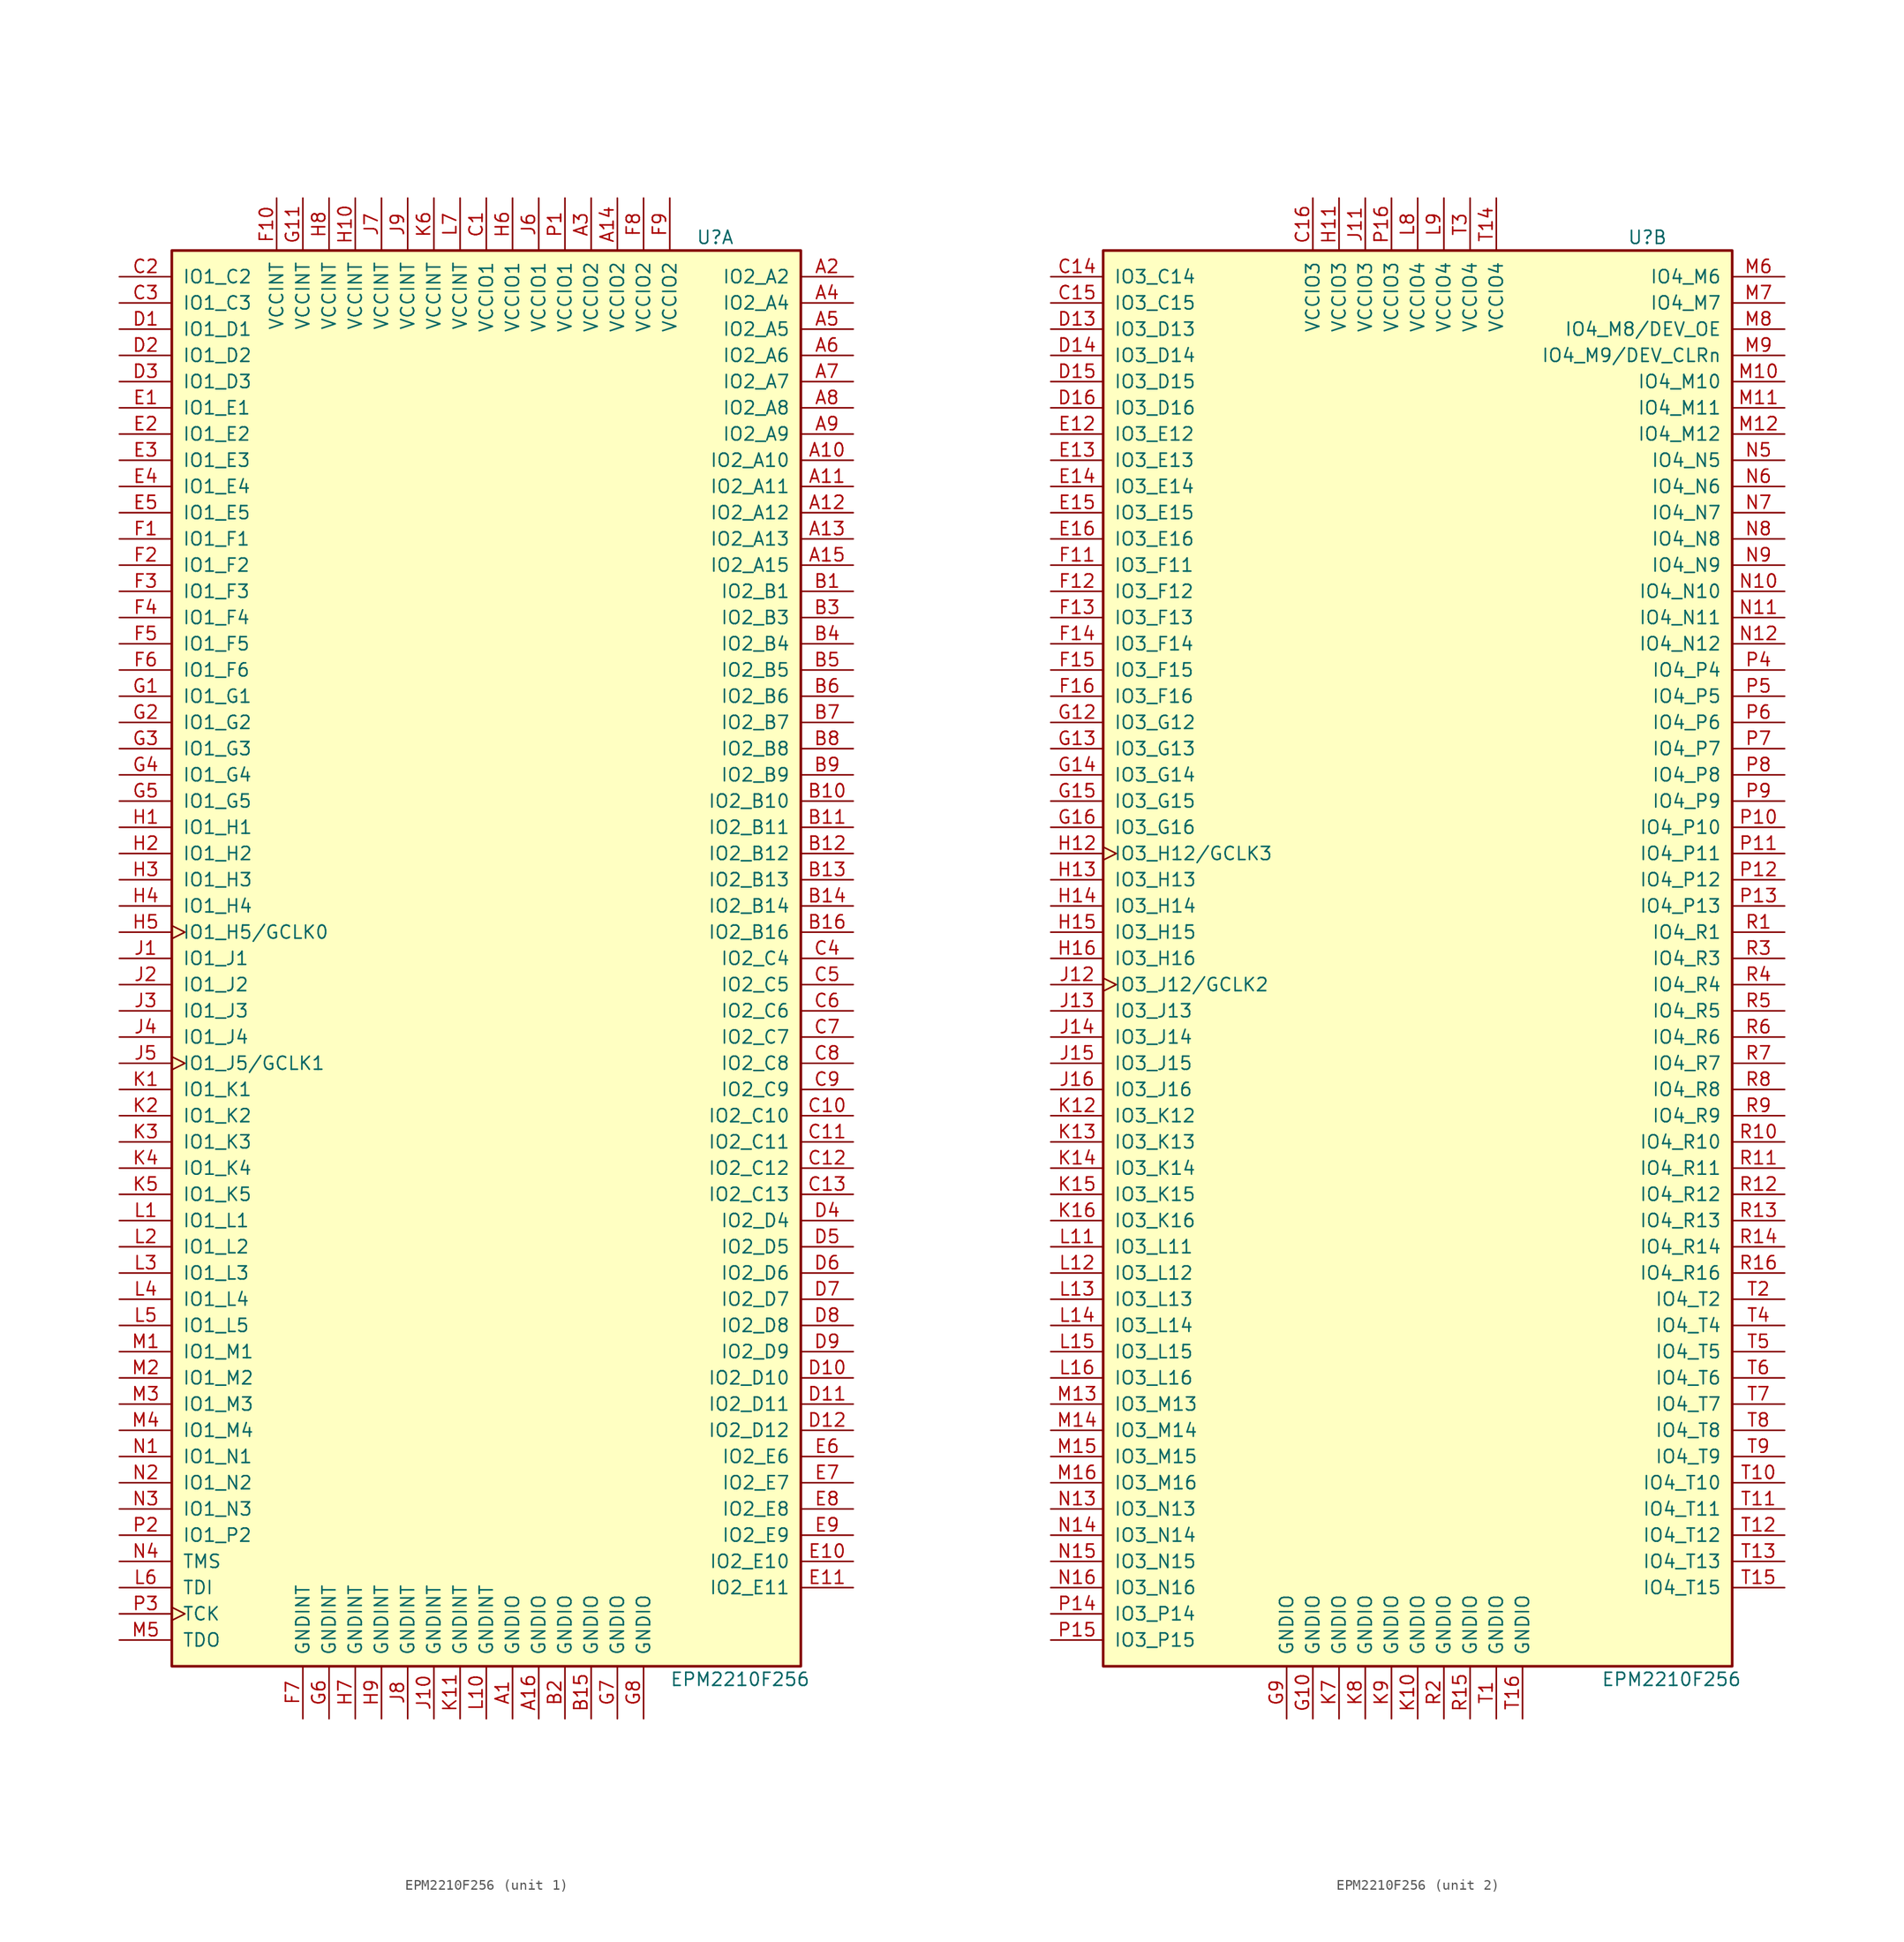
<source format=kicad_sym>
(kicad_symbol_lib
  (version 20241209)
  (generator "kicad_symbol_editor")
  (generator_version "9.0")
  (symbol "EPM2210F256"
    (pin_names
      (offset 1.016))
    (property "Reference" "U"
      (at 20.32 69.85 0)
      (effects (font (size 1.27 1.27)) (justify left)))
    (property "Value" "EPM2210F256"
      (at 17.78 -69.85 0)
      (effects (font (size 1.27 1.27)) (justify left)))
    (property "ki_locked" ""
      (at 0 0 0)
      (effects (font (size 1.27 1.27))))
    (symbol "EPM2210F256_1_1"
      (rectangle (start -30.48 68.58) (end 30.48 -68.58) (stroke (width 0.254) (type default)) (fill (type background)))
      (pin bidirectional line (at -35.56 66.04 0) (length 5.08) (name "IO1_C2" (effects (font (size 1.27 1.27)))) (number "C2" (effects (font (size 1.27 1.27)))))
      (pin bidirectional line (at -35.56 63.5 0) (length 5.08) (name "IO1_C3" (effects (font (size 1.27 1.27)))) (number "C3" (effects (font (size 1.27 1.27)))))
      (pin bidirectional line (at -35.56 60.96 0) (length 5.08) (name "IO1_D1" (effects (font (size 1.27 1.27)))) (number "D1" (effects (font (size 1.27 1.27)))))
      (pin bidirectional line (at -35.56 58.42 0) (length 5.08) (name "IO1_D2" (effects (font (size 1.27 1.27)))) (number "D2" (effects (font (size 1.27 1.27)))))
      (pin bidirectional line (at -35.56 55.88 0) (length 5.08) (name "IO1_D3" (effects (font (size 1.27 1.27)))) (number "D3" (effects (font (size 1.27 1.27)))))
      (pin bidirectional line (at -35.56 53.34 0) (length 5.08) (name "IO1_E1" (effects (font (size 1.27 1.27)))) (number "E1" (effects (font (size 1.27 1.27)))))
      (pin bidirectional line (at -35.56 50.8 0) (length 5.08) (name "IO1_E2" (effects (font (size 1.27 1.27)))) (number "E2" (effects (font (size 1.27 1.27)))))
      (pin bidirectional line (at -35.56 48.26 0) (length 5.08) (name "IO1_E3" (effects (font (size 1.27 1.27)))) (number "E3" (effects (font (size 1.27 1.27)))))
      (pin bidirectional line (at -35.56 45.72 0) (length 5.08) (name "IO1_E4" (effects (font (size 1.27 1.27)))) (number "E4" (effects (font (size 1.27 1.27)))))
      (pin bidirectional line (at -35.56 43.18 0) (length 5.08) (name "IO1_E5" (effects (font (size 1.27 1.27)))) (number "E5" (effects (font (size 1.27 1.27)))))
      (pin bidirectional line (at -35.56 40.64 0) (length 5.08) (name "IO1_F1" (effects (font (size 1.27 1.27)))) (number "F1" (effects (font (size 1.27 1.27)))))
      (pin bidirectional line (at -35.56 38.1 0) (length 5.08) (name "IO1_F2" (effects (font (size 1.27 1.27)))) (number "F2" (effects (font (size 1.27 1.27)))))
      (pin bidirectional line (at -35.56 35.56 0) (length 5.08) (name "IO1_F3" (effects (font (size 1.27 1.27)))) (number "F3" (effects (font (size 1.27 1.27)))))
      (pin bidirectional line (at -35.56 33.02 0) (length 5.08) (name "IO1_F4" (effects (font (size 1.27 1.27)))) (number "F4" (effects (font (size 1.27 1.27)))))
      (pin bidirectional line (at -35.56 30.48 0) (length 5.08) (name "IO1_F5" (effects (font (size 1.27 1.27)))) (number "F5" (effects (font (size 1.27 1.27)))))
      (pin bidirectional line (at -35.56 27.94 0) (length 5.08) (name "IO1_F6" (effects (font (size 1.27 1.27)))) (number "F6" (effects (font (size 1.27 1.27)))))
      (pin bidirectional line (at -35.56 25.4 0) (length 5.08) (name "IO1_G1" (effects (font (size 1.27 1.27)))) (number "G1" (effects (font (size 1.27 1.27)))))
      (pin bidirectional line (at -35.56 22.86 0) (length 5.08) (name "IO1_G2" (effects (font (size 1.27 1.27)))) (number "G2" (effects (font (size 1.27 1.27)))))
      (pin bidirectional line (at -35.56 20.32 0) (length 5.08) (name "IO1_G3" (effects (font (size 1.27 1.27)))) (number "G3" (effects (font (size 1.27 1.27)))))
      (pin bidirectional line (at -35.56 17.78 0) (length 5.08) (name "IO1_G4" (effects (font (size 1.27 1.27)))) (number "G4" (effects (font (size 1.27 1.27)))))
      (pin bidirectional line (at -35.56 15.24 0) (length 5.08) (name "IO1_G5" (effects (font (size 1.27 1.27)))) (number "G5" (effects (font (size 1.27 1.27)))))
      (pin bidirectional line (at -35.56 12.7 0) (length 5.08) (name "IO1_H1" (effects (font (size 1.27 1.27)))) (number "H1" (effects (font (size 1.27 1.27)))))
      (pin bidirectional line (at -35.56 10.16 0) (length 5.08) (name "IO1_H2" (effects (font (size 1.27 1.27)))) (number "H2" (effects (font (size 1.27 1.27)))))
      (pin bidirectional line (at -35.56 7.62 0) (length 5.08) (name "IO1_H3" (effects (font (size 1.27 1.27)))) (number "H3" (effects (font (size 1.27 1.27)))))
      (pin bidirectional line (at -35.56 5.08 0) (length 5.08) (name "IO1_H4" (effects (font (size 1.27 1.27)))) (number "H4" (effects (font (size 1.27 1.27)))))
      (pin bidirectional clock (at -35.56 2.54 0) (length 5.08) (name "IO1_H5/GCLK0" (effects (font (size 1.27 1.27)))) (number "H5" (effects (font (size 1.27 1.27)))))
      (pin bidirectional line (at -35.56 0 0) (length 5.08) (name "IO1_J1" (effects (font (size 1.27 1.27)))) (number "J1" (effects (font (size 1.27 1.27)))))
      (pin bidirectional line (at -35.56 -2.54 0) (length 5.08) (name "IO1_J2" (effects (font (size 1.27 1.27)))) (number "J2" (effects (font (size 1.27 1.27)))))
      (pin bidirectional line (at -35.56 -5.08 0) (length 5.08) (name "IO1_J3" (effects (font (size 1.27 1.27)))) (number "J3" (effects (font (size 1.27 1.27)))))
      (pin bidirectional line (at -35.56 -7.62 0) (length 5.08) (name "IO1_J4" (effects (font (size 1.27 1.27)))) (number "J4" (effects (font (size 1.27 1.27)))))
      (pin bidirectional clock (at -35.56 -10.16 0) (length 5.08) (name "IO1_J5/GCLK1" (effects (font (size 1.27 1.27)))) (number "J5" (effects (font (size 1.27 1.27)))))
      (pin bidirectional line (at -35.56 -12.7 0) (length 5.08) (name "IO1_K1" (effects (font (size 1.27 1.27)))) (number "K1" (effects (font (size 1.27 1.27)))))
      (pin bidirectional line (at -35.56 -15.24 0) (length 5.08) (name "IO1_K2" (effects (font (size 1.27 1.27)))) (number "K2" (effects (font (size 1.27 1.27)))))
      (pin bidirectional line (at -35.56 -17.78 0) (length 5.08) (name "IO1_K3" (effects (font (size 1.27 1.27)))) (number "K3" (effects (font (size 1.27 1.27)))))
      (pin bidirectional line (at -35.56 -20.32 0) (length 5.08) (name "IO1_K4" (effects (font (size 1.27 1.27)))) (number "K4" (effects (font (size 1.27 1.27)))))
      (pin bidirectional line (at -35.56 -22.86 0) (length 5.08) (name "IO1_K5" (effects (font (size 1.27 1.27)))) (number "K5" (effects (font (size 1.27 1.27)))))
      (pin bidirectional line (at -35.56 -25.4 0) (length 5.08) (name "IO1_L1" (effects (font (size 1.27 1.27)))) (number "L1" (effects (font (size 1.27 1.27)))))
      (pin bidirectional line (at -35.56 -27.94 0) (length 5.08) (name "IO1_L2" (effects (font (size 1.27 1.27)))) (number "L2" (effects (font (size 1.27 1.27)))))
      (pin bidirectional line (at -35.56 -30.48 0) (length 5.08) (name "IO1_L3" (effects (font (size 1.27 1.27)))) (number "L3" (effects (font (size 1.27 1.27)))))
      (pin bidirectional line (at -35.56 -33.02 0) (length 5.08) (name "IO1_L4" (effects (font (size 1.27 1.27)))) (number "L4" (effects (font (size 1.27 1.27)))))
      (pin bidirectional line (at -35.56 -35.56 0) (length 5.08) (name "IO1_L5" (effects (font (size 1.27 1.27)))) (number "L5" (effects (font (size 1.27 1.27)))))
      (pin bidirectional line (at -35.56 -38.1 0) (length 5.08) (name "IO1_M1" (effects (font (size 1.27 1.27)))) (number "M1" (effects (font (size 1.27 1.27)))))
      (pin bidirectional line (at -35.56 -40.64 0) (length 5.08) (name "IO1_M2" (effects (font (size 1.27 1.27)))) (number "M2" (effects (font (size 1.27 1.27)))))
      (pin bidirectional line (at -35.56 -43.18 0) (length 5.08) (name "IO1_M3" (effects (font (size 1.27 1.27)))) (number "M3" (effects (font (size 1.27 1.27)))))
      (pin bidirectional line (at -35.56 -45.72 0) (length 5.08) (name "IO1_M4" (effects (font (size 1.27 1.27)))) (number "M4" (effects (font (size 1.27 1.27)))))
      (pin bidirectional line (at -35.56 -48.26 0) (length 5.08) (name "IO1_N1" (effects (font (size 1.27 1.27)))) (number "N1" (effects (font (size 1.27 1.27)))))
      (pin bidirectional line (at -35.56 -50.8 0) (length 5.08) (name "IO1_N2" (effects (font (size 1.27 1.27)))) (number "N2" (effects (font (size 1.27 1.27)))))
      (pin bidirectional line (at -35.56 -53.34 0) (length 5.08) (name "IO1_N3" (effects (font (size 1.27 1.27)))) (number "N3" (effects (font (size 1.27 1.27)))))
      (pin bidirectional line (at -35.56 -55.88 0) (length 5.08) (name "IO1_P2" (effects (font (size 1.27 1.27)))) (number "P2" (effects (font (size 1.27 1.27)))))
      (pin input line (at -35.56 -58.42 0) (length 5.08) (name "TMS" (effects (font (size 1.27 1.27)))) (number "N4" (effects (font (size 1.27 1.27)))))
      (pin input line (at -35.56 -60.96 0) (length 5.08) (name "TDI" (effects (font (size 1.27 1.27)))) (number "L6" (effects (font (size 1.27 1.27)))))
      (pin input clock (at -35.56 -63.5 0) (length 5.08) (name "TCK" (effects (font (size 1.27 1.27)))) (number "P3" (effects (font (size 1.27 1.27)))))
      (pin output line (at -35.56 -66.04 0) (length 5.08) (name "TDO" (effects (font (size 1.27 1.27)))) (number "M5" (effects (font (size 1.27 1.27)))))
      (pin power_in line (at -20.32 73.66 270) (length 5.08) (name "VCCINT" (effects (font (size 1.27 1.27)))) (number "F10" (effects (font (size 1.27 1.27)))))
      (pin power_in line (at -17.78 73.66 270) (length 5.08) (name "VCCINT" (effects (font (size 1.27 1.27)))) (number "G11" (effects (font (size 1.27 1.27)))))
      (pin power_in line (at -17.78 -73.66 90) (length 5.08) (name "GNDINT" (effects (font (size 1.27 1.27)))) (number "F7" (effects (font (size 1.27 1.27)))))
      (pin power_in line (at -15.24 73.66 270) (length 5.08) (name "VCCINT" (effects (font (size 1.27 1.27)))) (number "H8" (effects (font (size 1.27 1.27)))))
      (pin power_in line (at -15.24 -73.66 90) (length 5.08) (name "GNDINT" (effects (font (size 1.27 1.27)))) (number "G6" (effects (font (size 1.27 1.27)))))
      (pin power_in line (at -12.7 73.66 270) (length 5.08) (name "VCCINT" (effects (font (size 1.27 1.27)))) (number "H10" (effects (font (size 1.27 1.27)))))
      (pin power_in line (at -12.7 -73.66 90) (length 5.08) (name "GNDINT" (effects (font (size 1.27 1.27)))) (number "H7" (effects (font (size 1.27 1.27)))))
      (pin power_in line (at -10.16 73.66 270) (length 5.08) (name "VCCINT" (effects (font (size 1.27 1.27)))) (number "J7" (effects (font (size 1.27 1.27)))))
      (pin power_in line (at -10.16 -73.66 90) (length 5.08) (name "GNDINT" (effects (font (size 1.27 1.27)))) (number "H9" (effects (font (size 1.27 1.27)))))
      (pin power_in line (at -7.62 73.66 270) (length 5.08) (name "VCCINT" (effects (font (size 1.27 1.27)))) (number "J9" (effects (font (size 1.27 1.27)))))
      (pin power_in line (at -7.62 -73.66 90) (length 5.08) (name "GNDINT" (effects (font (size 1.27 1.27)))) (number "J8" (effects (font (size 1.27 1.27)))))
      (pin power_in line (at -5.08 73.66 270) (length 5.08) (name "VCCINT" (effects (font (size 1.27 1.27)))) (number "K6" (effects (font (size 1.27 1.27)))))
      (pin power_in line (at -5.08 -73.66 90) (length 5.08) (name "GNDINT" (effects (font (size 1.27 1.27)))) (number "J10" (effects (font (size 1.27 1.27)))))
      (pin power_in line (at -2.54 73.66 270) (length 5.08) (name "VCCINT" (effects (font (size 1.27 1.27)))) (number "L7" (effects (font (size 1.27 1.27)))))
      (pin power_in line (at -2.54 -73.66 90) (length 5.08) (name "GNDINT" (effects (font (size 1.27 1.27)))) (number "K11" (effects (font (size 1.27 1.27)))))
      (pin power_in line (at 0 73.66 270) (length 5.08) (name "VCCIO1" (effects (font (size 1.27 1.27)))) (number "C1" (effects (font (size 1.27 1.27)))))
      (pin power_in line (at 0 -73.66 90) (length 5.08) (name "GNDINT" (effects (font (size 1.27 1.27)))) (number "L10" (effects (font (size 1.27 1.27)))))
      (pin power_in line (at 2.54 73.66 270) (length 5.08) (name "VCCIO1" (effects (font (size 1.27 1.27)))) (number "H6" (effects (font (size 1.27 1.27)))))
      (pin power_in line (at 2.54 -73.66 90) (length 5.08) (name "GNDIO" (effects (font (size 1.27 1.27)))) (number "A1" (effects (font (size 1.27 1.27)))))
      (pin power_in line (at 5.08 73.66 270) (length 5.08) (name "VCCIO1" (effects (font (size 1.27 1.27)))) (number "J6" (effects (font (size 1.27 1.27)))))
      (pin power_in line (at 5.08 -73.66 90) (length 5.08) (name "GNDIO" (effects (font (size 1.27 1.27)))) (number "A16" (effects (font (size 1.27 1.27)))))
      (pin power_in line (at 7.62 73.66 270) (length 5.08) (name "VCCIO1" (effects (font (size 1.27 1.27)))) (number "P1" (effects (font (size 1.27 1.27)))))
      (pin power_in line (at 7.62 -73.66 90) (length 5.08) (name "GNDIO" (effects (font (size 1.27 1.27)))) (number "B2" (effects (font (size 1.27 1.27)))))
      (pin power_in line (at 10.16 73.66 270) (length 5.08) (name "VCCIO2" (effects (font (size 1.27 1.27)))) (number "A3" (effects (font (size 1.27 1.27)))))
      (pin power_in line (at 10.16 -73.66 90) (length 5.08) (name "GNDIO" (effects (font (size 1.27 1.27)))) (number "B15" (effects (font (size 1.27 1.27)))))
      (pin power_in line (at 12.7 73.66 270) (length 5.08) (name "VCCIO2" (effects (font (size 1.27 1.27)))) (number "A14" (effects (font (size 1.27 1.27)))))
      (pin power_in line (at 12.7 -73.66 90) (length 5.08) (name "GNDIO" (effects (font (size 1.27 1.27)))) (number "G7" (effects (font (size 1.27 1.27)))))
      (pin power_in line (at 15.24 73.66 270) (length 5.08) (name "VCCIO2" (effects (font (size 1.27 1.27)))) (number "F8" (effects (font (size 1.27 1.27)))))
      (pin power_in line (at 15.24 -73.66 90) (length 5.08) (name "GNDIO" (effects (font (size 1.27 1.27)))) (number "G8" (effects (font (size 1.27 1.27)))))
      (pin power_in line (at 17.78 73.66 270) (length 5.08) (name "VCCIO2" (effects (font (size 1.27 1.27)))) (number "F9" (effects (font (size 1.27 1.27)))))
      (pin bidirectional line (at 35.56 66.04 180) (length 5.08) (name "IO2_A2" (effects (font (size 1.27 1.27)))) (number "A2" (effects (font (size 1.27 1.27)))))
      (pin bidirectional line (at 35.56 63.5 180) (length 5.08) (name "IO2_A4" (effects (font (size 1.27 1.27)))) (number "A4" (effects (font (size 1.27 1.27)))))
      (pin bidirectional line (at 35.56 60.96 180) (length 5.08) (name "IO2_A5" (effects (font (size 1.27 1.27)))) (number "A5" (effects (font (size 1.27 1.27)))))
      (pin bidirectional line (at 35.56 58.42 180) (length 5.08) (name "IO2_A6" (effects (font (size 1.27 1.27)))) (number "A6" (effects (font (size 1.27 1.27)))))
      (pin bidirectional line (at 35.56 55.88 180) (length 5.08) (name "IO2_A7" (effects (font (size 1.27 1.27)))) (number "A7" (effects (font (size 1.27 1.27)))))
      (pin bidirectional line (at 35.56 53.34 180) (length 5.08) (name "IO2_A8" (effects (font (size 1.27 1.27)))) (number "A8" (effects (font (size 1.27 1.27)))))
      (pin bidirectional line (at 35.56 50.8 180) (length 5.08) (name "IO2_A9" (effects (font (size 1.27 1.27)))) (number "A9" (effects (font (size 1.27 1.27)))))
      (pin bidirectional line (at 35.56 48.26 180) (length 5.08) (name "IO2_A10" (effects (font (size 1.27 1.27)))) (number "A10" (effects (font (size 1.27 1.27)))))
      (pin bidirectional line (at 35.56 45.72 180) (length 5.08) (name "IO2_A11" (effects (font (size 1.27 1.27)))) (number "A11" (effects (font (size 1.27 1.27)))))
      (pin bidirectional line (at 35.56 43.18 180) (length 5.08) (name "IO2_A12" (effects (font (size 1.27 1.27)))) (number "A12" (effects (font (size 1.27 1.27)))))
      (pin bidirectional line (at 35.56 40.64 180) (length 5.08) (name "IO2_A13" (effects (font (size 1.27 1.27)))) (number "A13" (effects (font (size 1.27 1.27)))))
      (pin bidirectional line (at 35.56 38.1 180) (length 5.08) (name "IO2_A15" (effects (font (size 1.27 1.27)))) (number "A15" (effects (font (size 1.27 1.27)))))
      (pin bidirectional line (at 35.56 35.56 180) (length 5.08) (name "IO2_B1" (effects (font (size 1.27 1.27)))) (number "B1" (effects (font (size 1.27 1.27)))))
      (pin bidirectional line (at 35.56 33.02 180) (length 5.08) (name "IO2_B3" (effects (font (size 1.27 1.27)))) (number "B3" (effects (font (size 1.27 1.27)))))
      (pin bidirectional line (at 35.56 30.48 180) (length 5.08) (name "IO2_B4" (effects (font (size 1.27 1.27)))) (number "B4" (effects (font (size 1.27 1.27)))))
      (pin bidirectional line (at 35.56 27.94 180) (length 5.08) (name "IO2_B5" (effects (font (size 1.27 1.27)))) (number "B5" (effects (font (size 1.27 1.27)))))
      (pin bidirectional line (at 35.56 25.4 180) (length 5.08) (name "IO2_B6" (effects (font (size 1.27 1.27)))) (number "B6" (effects (font (size 1.27 1.27)))))
      (pin bidirectional line (at 35.56 22.86 180) (length 5.08) (name "IO2_B7" (effects (font (size 1.27 1.27)))) (number "B7" (effects (font (size 1.27 1.27)))))
      (pin bidirectional line (at 35.56 20.32 180) (length 5.08) (name "IO2_B8" (effects (font (size 1.27 1.27)))) (number "B8" (effects (font (size 1.27 1.27)))))
      (pin bidirectional line (at 35.56 17.78 180) (length 5.08) (name "IO2_B9" (effects (font (size 1.27 1.27)))) (number "B9" (effects (font (size 1.27 1.27)))))
      (pin bidirectional line (at 35.56 15.24 180) (length 5.08) (name "IO2_B10" (effects (font (size 1.27 1.27)))) (number "B10" (effects (font (size 1.27 1.27)))))
      (pin bidirectional line (at 35.56 12.7 180) (length 5.08) (name "IO2_B11" (effects (font (size 1.27 1.27)))) (number "B11" (effects (font (size 1.27 1.27)))))
      (pin bidirectional line (at 35.56 10.16 180) (length 5.08) (name "IO2_B12" (effects (font (size 1.27 1.27)))) (number "B12" (effects (font (size 1.27 1.27)))))
      (pin bidirectional line (at 35.56 7.62 180) (length 5.08) (name "IO2_B13" (effects (font (size 1.27 1.27)))) (number "B13" (effects (font (size 1.27 1.27)))))
      (pin bidirectional line (at 35.56 5.08 180) (length 5.08) (name "IO2_B14" (effects (font (size 1.27 1.27)))) (number "B14" (effects (font (size 1.27 1.27)))))
      (pin bidirectional line (at 35.56 2.54 180) (length 5.08) (name "IO2_B16" (effects (font (size 1.27 1.27)))) (number "B16" (effects (font (size 1.27 1.27)))))
      (pin bidirectional line (at 35.56 0 180) (length 5.08) (name "IO2_C4" (effects (font (size 1.27 1.27)))) (number "C4" (effects (font (size 1.27 1.27)))))
      (pin bidirectional line (at 35.56 -2.54 180) (length 5.08) (name "IO2_C5" (effects (font (size 1.27 1.27)))) (number "C5" (effects (font (size 1.27 1.27)))))
      (pin bidirectional line (at 35.56 -5.08 180) (length 5.08) (name "IO2_C6" (effects (font (size 1.27 1.27)))) (number "C6" (effects (font (size 1.27 1.27)))))
      (pin bidirectional line (at 35.56 -7.62 180) (length 5.08) (name "IO2_C7" (effects (font (size 1.27 1.27)))) (number "C7" (effects (font (size 1.27 1.27)))))
      (pin bidirectional line (at 35.56 -10.16 180) (length 5.08) (name "IO2_C8" (effects (font (size 1.27 1.27)))) (number "C8" (effects (font (size 1.27 1.27)))))
      (pin bidirectional line (at 35.56 -12.7 180) (length 5.08) (name "IO2_C9" (effects (font (size 1.27 1.27)))) (number "C9" (effects (font (size 1.27 1.27)))))
      (pin bidirectional line (at 35.56 -15.24 180) (length 5.08) (name "IO2_C10" (effects (font (size 1.27 1.27)))) (number "C10" (effects (font (size 1.27 1.27)))))
      (pin bidirectional line (at 35.56 -17.78 180) (length 5.08) (name "IO2_C11" (effects (font (size 1.27 1.27)))) (number "C11" (effects (font (size 1.27 1.27)))))
      (pin bidirectional line (at 35.56 -20.32 180) (length 5.08) (name "IO2_C12" (effects (font (size 1.27 1.27)))) (number "C12" (effects (font (size 1.27 1.27)))))
      (pin bidirectional line (at 35.56 -22.86 180) (length 5.08) (name "IO2_C13" (effects (font (size 1.27 1.27)))) (number "C13" (effects (font (size 1.27 1.27)))))
      (pin bidirectional line (at 35.56 -25.4 180) (length 5.08) (name "IO2_D4" (effects (font (size 1.27 1.27)))) (number "D4" (effects (font (size 1.27 1.27)))))
      (pin bidirectional line (at 35.56 -27.94 180) (length 5.08) (name "IO2_D5" (effects (font (size 1.27 1.27)))) (number "D5" (effects (font (size 1.27 1.27)))))
      (pin bidirectional line (at 35.56 -30.48 180) (length 5.08) (name "IO2_D6" (effects (font (size 1.27 1.27)))) (number "D6" (effects (font (size 1.27 1.27)))))
      (pin bidirectional line (at 35.56 -33.02 180) (length 5.08) (name "IO2_D7" (effects (font (size 1.27 1.27)))) (number "D7" (effects (font (size 1.27 1.27)))))
      (pin bidirectional line (at 35.56 -35.56 180) (length 5.08) (name "IO2_D8" (effects (font (size 1.27 1.27)))) (number "D8" (effects (font (size 1.27 1.27)))))
      (pin bidirectional line (at 35.56 -38.1 180) (length 5.08) (name "IO2_D9" (effects (font (size 1.27 1.27)))) (number "D9" (effects (font (size 1.27 1.27)))))
      (pin bidirectional line (at 35.56 -40.64 180) (length 5.08) (name "IO2_D10" (effects (font (size 1.27 1.27)))) (number "D10" (effects (font (size 1.27 1.27)))))
      (pin bidirectional line (at 35.56 -43.18 180) (length 5.08) (name "IO2_D11" (effects (font (size 1.27 1.27)))) (number "D11" (effects (font (size 1.27 1.27)))))
      (pin bidirectional line (at 35.56 -45.72 180) (length 5.08) (name "IO2_D12" (effects (font (size 1.27 1.27)))) (number "D12" (effects (font (size 1.27 1.27)))))
      (pin bidirectional line (at 35.56 -48.26 180) (length 5.08) (name "IO2_E6" (effects (font (size 1.27 1.27)))) (number "E6" (effects (font (size 1.27 1.27)))))
      (pin bidirectional line (at 35.56 -50.8 180) (length 5.08) (name "IO2_E7" (effects (font (size 1.27 1.27)))) (number "E7" (effects (font (size 1.27 1.27)))))
      (pin bidirectional line (at 35.56 -53.34 180) (length 5.08) (name "IO2_E8" (effects (font (size 1.27 1.27)))) (number "E8" (effects (font (size 1.27 1.27)))))
      (pin bidirectional line (at 35.56 -55.88 180) (length 5.08) (name "IO2_E9" (effects (font (size 1.27 1.27)))) (number "E9" (effects (font (size 1.27 1.27)))))
      (pin bidirectional line (at 35.56 -58.42 180) (length 5.08) (name "IO2_E10" (effects (font (size 1.27 1.27)))) (number "E10" (effects (font (size 1.27 1.27)))))
      (pin bidirectional line (at 35.56 -60.96 180) (length 5.08) (name "IO2_E11" (effects (font (size 1.27 1.27)))) (number "E11" (effects (font (size 1.27 1.27))))))
    (symbol "EPM2210F256_2_1"
      (rectangle (start -30.48 68.58) (end 30.48 -68.58) (stroke (width 0.254) (type default)) (fill (type background)))
      (pin bidirectional line (at -35.56 66.04 0) (length 5.08) (name "IO3_C14" (effects (font (size 1.27 1.27)))) (number "C14" (effects (font (size 1.27 1.27)))))
      (pin bidirectional line (at -35.56 63.5 0) (length 5.08) (name "IO3_C15" (effects (font (size 1.27 1.27)))) (number "C15" (effects (font (size 1.27 1.27)))))
      (pin bidirectional line (at -35.56 60.96 0) (length 5.08) (name "IO3_D13" (effects (font (size 1.27 1.27)))) (number "D13" (effects (font (size 1.27 1.27)))))
      (pin bidirectional line (at -35.56 58.42 0) (length 5.08) (name "IO3_D14" (effects (font (size 1.27 1.27)))) (number "D14" (effects (font (size 1.27 1.27)))))
      (pin bidirectional line (at -35.56 55.88 0) (length 5.08) (name "IO3_D15" (effects (font (size 1.27 1.27)))) (number "D15" (effects (font (size 1.27 1.27)))))
      (pin bidirectional line (at -35.56 53.34 0) (length 5.08) (name "IO3_D16" (effects (font (size 1.27 1.27)))) (number "D16" (effects (font (size 1.27 1.27)))))
      (pin bidirectional line (at -35.56 50.8 0) (length 5.08) (name "IO3_E12" (effects (font (size 1.27 1.27)))) (number "E12" (effects (font (size 1.27 1.27)))))
      (pin bidirectional line (at -35.56 48.26 0) (length 5.08) (name "IO3_E13" (effects (font (size 1.27 1.27)))) (number "E13" (effects (font (size 1.27 1.27)))))
      (pin bidirectional line (at -35.56 45.72 0) (length 5.08) (name "IO3_E14" (effects (font (size 1.27 1.27)))) (number "E14" (effects (font (size 1.27 1.27)))))
      (pin bidirectional line (at -35.56 43.18 0) (length 5.08) (name "IO3_E15" (effects (font (size 1.27 1.27)))) (number "E15" (effects (font (size 1.27 1.27)))))
      (pin bidirectional line (at -35.56 40.64 0) (length 5.08) (name "IO3_E16" (effects (font (size 1.27 1.27)))) (number "E16" (effects (font (size 1.27 1.27)))))
      (pin bidirectional line (at -35.56 38.1 0) (length 5.08) (name "IO3_F11" (effects (font (size 1.27 1.27)))) (number "F11" (effects (font (size 1.27 1.27)))))
      (pin bidirectional line (at -35.56 35.56 0) (length 5.08) (name "IO3_F12" (effects (font (size 1.27 1.27)))) (number "F12" (effects (font (size 1.27 1.27)))))
      (pin bidirectional line (at -35.56 33.02 0) (length 5.08) (name "IO3_F13" (effects (font (size 1.27 1.27)))) (number "F13" (effects (font (size 1.27 1.27)))))
      (pin bidirectional line (at -35.56 30.48 0) (length 5.08) (name "IO3_F14" (effects (font (size 1.27 1.27)))) (number "F14" (effects (font (size 1.27 1.27)))))
      (pin bidirectional line (at -35.56 27.94 0) (length 5.08) (name "IO3_F15" (effects (font (size 1.27 1.27)))) (number "F15" (effects (font (size 1.27 1.27)))))
      (pin bidirectional line (at -35.56 25.4 0) (length 5.08) (name "IO3_F16" (effects (font (size 1.27 1.27)))) (number "F16" (effects (font (size 1.27 1.27)))))
      (pin bidirectional line (at -35.56 22.86 0) (length 5.08) (name "IO3_G12" (effects (font (size 1.27 1.27)))) (number "G12" (effects (font (size 1.27 1.27)))))
      (pin bidirectional line (at -35.56 20.32 0) (length 5.08) (name "IO3_G13" (effects (font (size 1.27 1.27)))) (number "G13" (effects (font (size 1.27 1.27)))))
      (pin bidirectional line (at -35.56 17.78 0) (length 5.08) (name "IO3_G14" (effects (font (size 1.27 1.27)))) (number "G14" (effects (font (size 1.27 1.27)))))
      (pin bidirectional line (at -35.56 15.24 0) (length 5.08) (name "IO3_G15" (effects (font (size 1.27 1.27)))) (number "G15" (effects (font (size 1.27 1.27)))))
      (pin bidirectional line (at -35.56 12.7 0) (length 5.08) (name "IO3_G16" (effects (font (size 1.27 1.27)))) (number "G16" (effects (font (size 1.27 1.27)))))
      (pin bidirectional clock (at -35.56 10.16 0) (length 5.08) (name "IO3_H12/GCLK3" (effects (font (size 1.27 1.27)))) (number "H12" (effects (font (size 1.27 1.27)))))
      (pin bidirectional line (at -35.56 7.62 0) (length 5.08) (name "IO3_H13" (effects (font (size 1.27 1.27)))) (number "H13" (effects (font (size 1.27 1.27)))))
      (pin bidirectional line (at -35.56 5.08 0) (length 5.08) (name "IO3_H14" (effects (font (size 1.27 1.27)))) (number "H14" (effects (font (size 1.27 1.27)))))
      (pin bidirectional line (at -35.56 2.54 0) (length 5.08) (name "IO3_H15" (effects (font (size 1.27 1.27)))) (number "H15" (effects (font (size 1.27 1.27)))))
      (pin bidirectional line (at -35.56 0 0) (length 5.08) (name "IO3_H16" (effects (font (size 1.27 1.27)))) (number "H16" (effects (font (size 1.27 1.27)))))
      (pin bidirectional clock (at -35.56 -2.54 0) (length 5.08) (name "IO3_J12/GCLK2" (effects (font (size 1.27 1.27)))) (number "J12" (effects (font (size 1.27 1.27)))))
      (pin bidirectional line (at -35.56 -5.08 0) (length 5.08) (name "IO3_J13" (effects (font (size 1.27 1.27)))) (number "J13" (effects (font (size 1.27 1.27)))))
      (pin bidirectional line (at -35.56 -7.62 0) (length 5.08) (name "IO3_J14" (effects (font (size 1.27 1.27)))) (number "J14" (effects (font (size 1.27 1.27)))))
      (pin bidirectional line (at -35.56 -10.16 0) (length 5.08) (name "IO3_J15" (effects (font (size 1.27 1.27)))) (number "J15" (effects (font (size 1.27 1.27)))))
      (pin bidirectional line (at -35.56 -12.7 0) (length 5.08) (name "IO3_J16" (effects (font (size 1.27 1.27)))) (number "J16" (effects (font (size 1.27 1.27)))))
      (pin bidirectional line (at -35.56 -15.24 0) (length 5.08) (name "IO3_K12" (effects (font (size 1.27 1.27)))) (number "K12" (effects (font (size 1.27 1.27)))))
      (pin bidirectional line (at -35.56 -17.78 0) (length 5.08) (name "IO3_K13" (effects (font (size 1.27 1.27)))) (number "K13" (effects (font (size 1.27 1.27)))))
      (pin bidirectional line (at -35.56 -20.32 0) (length 5.08) (name "IO3_K14" (effects (font (size 1.27 1.27)))) (number "K14" (effects (font (size 1.27 1.27)))))
      (pin bidirectional line (at -35.56 -22.86 0) (length 5.08) (name "IO3_K15" (effects (font (size 1.27 1.27)))) (number "K15" (effects (font (size 1.27 1.27)))))
      (pin bidirectional line (at -35.56 -25.4 0) (length 5.08) (name "IO3_K16" (effects (font (size 1.27 1.27)))) (number "K16" (effects (font (size 1.27 1.27)))))
      (pin bidirectional line (at -35.56 -27.94 0) (length 5.08) (name "IO3_L11" (effects (font (size 1.27 1.27)))) (number "L11" (effects (font (size 1.27 1.27)))))
      (pin bidirectional line (at -35.56 -30.48 0) (length 5.08) (name "IO3_L12" (effects (font (size 1.27 1.27)))) (number "L12" (effects (font (size 1.27 1.27)))))
      (pin bidirectional line (at -35.56 -33.02 0) (length 5.08) (name "IO3_L13" (effects (font (size 1.27 1.27)))) (number "L13" (effects (font (size 1.27 1.27)))))
      (pin bidirectional line (at -35.56 -35.56 0) (length 5.08) (name "IO3_L14" (effects (font (size 1.27 1.27)))) (number "L14" (effects (font (size 1.27 1.27)))))
      (pin bidirectional line (at -35.56 -38.1 0) (length 5.08) (name "IO3_L15" (effects (font (size 1.27 1.27)))) (number "L15" (effects (font (size 1.27 1.27)))))
      (pin bidirectional line (at -35.56 -40.64 0) (length 5.08) (name "IO3_L16" (effects (font (size 1.27 1.27)))) (number "L16" (effects (font (size 1.27 1.27)))))
      (pin bidirectional line (at -35.56 -43.18 0) (length 5.08) (name "IO3_M13" (effects (font (size 1.27 1.27)))) (number "M13" (effects (font (size 1.27 1.27)))))
      (pin bidirectional line (at -35.56 -45.72 0) (length 5.08) (name "IO3_M14" (effects (font (size 1.27 1.27)))) (number "M14" (effects (font (size 1.27 1.27)))))
      (pin bidirectional line (at -35.56 -48.26 0) (length 5.08) (name "IO3_M15" (effects (font (size 1.27 1.27)))) (number "M15" (effects (font (size 1.27 1.27)))))
      (pin bidirectional line (at -35.56 -50.8 0) (length 5.08) (name "IO3_M16" (effects (font (size 1.27 1.27)))) (number "M16" (effects (font (size 1.27 1.27)))))
      (pin bidirectional line (at -35.56 -53.34 0) (length 5.08) (name "IO3_N13" (effects (font (size 1.27 1.27)))) (number "N13" (effects (font (size 1.27 1.27)))))
      (pin bidirectional line (at -35.56 -55.88 0) (length 5.08) (name "IO3_N14" (effects (font (size 1.27 1.27)))) (number "N14" (effects (font (size 1.27 1.27)))))
      (pin bidirectional line (at -35.56 -58.42 0) (length 5.08) (name "IO3_N15" (effects (font (size 1.27 1.27)))) (number "N15" (effects (font (size 1.27 1.27)))))
      (pin bidirectional line (at -35.56 -60.96 0) (length 5.08) (name "IO3_N16" (effects (font (size 1.27 1.27)))) (number "N16" (effects (font (size 1.27 1.27)))))
      (pin bidirectional line (at -35.56 -63.5 0) (length 5.08) (name "IO3_P14" (effects (font (size 1.27 1.27)))) (number "P14" (effects (font (size 1.27 1.27)))))
      (pin bidirectional line (at -35.56 -66.04 0) (length 5.08) (name "IO3_P15" (effects (font (size 1.27 1.27)))) (number "P15" (effects (font (size 1.27 1.27)))))
      (pin power_in line (at -12.7 -73.66 90) (length 5.08) (name "GNDIO" (effects (font (size 1.27 1.27)))) (number "G9" (effects (font (size 1.27 1.27)))))
      (pin power_in line (at -10.16 73.66 270) (length 5.08) (name "VCCIO3" (effects (font (size 1.27 1.27)))) (number "C16" (effects (font (size 1.27 1.27)))))
      (pin power_in line (at -10.16 -73.66 90) (length 5.08) (name "GNDIO" (effects (font (size 1.27 1.27)))) (number "G10" (effects (font (size 1.27 1.27)))))
      (pin power_in line (at -7.62 73.66 270) (length 5.08) (name "VCCIO3" (effects (font (size 1.27 1.27)))) (number "H11" (effects (font (size 1.27 1.27)))))
      (pin power_in line (at -7.62 -73.66 90) (length 5.08) (name "GNDIO" (effects (font (size 1.27 1.27)))) (number "K7" (effects (font (size 1.27 1.27)))))
      (pin power_in line (at -5.08 73.66 270) (length 5.08) (name "VCCIO3" (effects (font (size 1.27 1.27)))) (number "J11" (effects (font (size 1.27 1.27)))))
      (pin power_in line (at -5.08 -73.66 90) (length 5.08) (name "GNDIO" (effects (font (size 1.27 1.27)))) (number "K8" (effects (font (size 1.27 1.27)))))
      (pin power_in line (at -2.54 73.66 270) (length 5.08) (name "VCCIO3" (effects (font (size 1.27 1.27)))) (number "P16" (effects (font (size 1.27 1.27)))))
      (pin power_in line (at -2.54 -73.66 90) (length 5.08) (name "GNDIO" (effects (font (size 1.27 1.27)))) (number "K9" (effects (font (size 1.27 1.27)))))
      (pin power_in line (at 0 73.66 270) (length 5.08) (name "VCCIO4" (effects (font (size 1.27 1.27)))) (number "L8" (effects (font (size 1.27 1.27)))))
      (pin power_in line (at 0 -73.66 90) (length 5.08) (name "GNDIO" (effects (font (size 1.27 1.27)))) (number "K10" (effects (font (size 1.27 1.27)))))
      (pin power_in line (at 2.54 73.66 270) (length 5.08) (name "VCCIO4" (effects (font (size 1.27 1.27)))) (number "L9" (effects (font (size 1.27 1.27)))))
      (pin power_in line (at 2.54 -73.66 90) (length 5.08) (name "GNDIO" (effects (font (size 1.27 1.27)))) (number "R2" (effects (font (size 1.27 1.27)))))
      (pin power_in line (at 5.08 73.66 270) (length 5.08) (name "VCCIO4" (effects (font (size 1.27 1.27)))) (number "T3" (effects (font (size 1.27 1.27)))))
      (pin power_in line (at 5.08 -73.66 90) (length 5.08) (name "GNDIO" (effects (font (size 1.27 1.27)))) (number "R15" (effects (font (size 1.27 1.27)))))
      (pin power_in line (at 7.62 73.66 270) (length 5.08) (name "VCCIO4" (effects (font (size 1.27 1.27)))) (number "T14" (effects (font (size 1.27 1.27)))))
      (pin power_in line (at 7.62 -73.66 90) (length 5.08) (name "GNDIO" (effects (font (size 1.27 1.27)))) (number "T1" (effects (font (size 1.27 1.27)))))
      (pin power_in line (at 10.16 -73.66 90) (length 5.08) (name "GNDIO" (effects (font (size 1.27 1.27)))) (number "T16" (effects (font (size 1.27 1.27)))))
      (pin bidirectional line (at 35.56 66.04 180) (length 5.08) (name "IO4_M6" (effects (font (size 1.27 1.27)))) (number "M6" (effects (font (size 1.27 1.27)))))
      (pin bidirectional line (at 35.56 63.5 180) (length 5.08) (name "IO4_M7" (effects (font (size 1.27 1.27)))) (number "M7" (effects (font (size 1.27 1.27)))))
      (pin bidirectional line (at 35.56 60.96 180) (length 5.08) (name "IO4_M8/DEV_OE" (effects (font (size 1.27 1.27)))) (number "M8" (effects (font (size 1.27 1.27)))))
      (pin bidirectional line (at 35.56 58.42 180) (length 5.08) (name "IO4_M9/DEV_CLRn" (effects (font (size 1.27 1.27)))) (number "M9" (effects (font (size 1.27 1.27)))))
      (pin bidirectional line (at 35.56 55.88 180) (length 5.08) (name "IO4_M10" (effects (font (size 1.27 1.27)))) (number "M10" (effects (font (size 1.27 1.27)))))
      (pin bidirectional line (at 35.56 53.34 180) (length 5.08) (name "IO4_M11" (effects (font (size 1.27 1.27)))) (number "M11" (effects (font (size 1.27 1.27)))))
      (pin bidirectional line (at 35.56 50.8 180) (length 5.08) (name "IO4_M12" (effects (font (size 1.27 1.27)))) (number "M12" (effects (font (size 1.27 1.27)))))
      (pin bidirectional line (at 35.56 48.26 180) (length 5.08) (name "IO4_N5" (effects (font (size 1.27 1.27)))) (number "N5" (effects (font (size 1.27 1.27)))))
      (pin bidirectional line (at 35.56 45.72 180) (length 5.08) (name "IO4_N6" (effects (font (size 1.27 1.27)))) (number "N6" (effects (font (size 1.27 1.27)))))
      (pin bidirectional line (at 35.56 43.18 180) (length 5.08) (name "IO4_N7" (effects (font (size 1.27 1.27)))) (number "N7" (effects (font (size 1.27 1.27)))))
      (pin bidirectional line (at 35.56 40.64 180) (length 5.08) (name "IO4_N8" (effects (font (size 1.27 1.27)))) (number "N8" (effects (font (size 1.27 1.27)))))
      (pin bidirectional line (at 35.56 38.1 180) (length 5.08) (name "IO4_N9" (effects (font (size 1.27 1.27)))) (number "N9" (effects (font (size 1.27 1.27)))))
      (pin bidirectional line (at 35.56 35.56 180) (length 5.08) (name "IO4_N10" (effects (font (size 1.27 1.27)))) (number "N10" (effects (font (size 1.27 1.27)))))
      (pin bidirectional line (at 35.56 33.02 180) (length 5.08) (name "IO4_N11" (effects (font (size 1.27 1.27)))) (number "N11" (effects (font (size 1.27 1.27)))))
      (pin bidirectional line (at 35.56 30.48 180) (length 5.08) (name "IO4_N12" (effects (font (size 1.27 1.27)))) (number "N12" (effects (font (size 1.27 1.27)))))
      (pin bidirectional line (at 35.56 27.94 180) (length 5.08) (name "IO4_P4" (effects (font (size 1.27 1.27)))) (number "P4" (effects (font (size 1.27 1.27)))))
      (pin bidirectional line (at 35.56 25.4 180) (length 5.08) (name "IO4_P5" (effects (font (size 1.27 1.27)))) (number "P5" (effects (font (size 1.27 1.27)))))
      (pin bidirectional line (at 35.56 22.86 180) (length 5.08) (name "IO4_P6" (effects (font (size 1.27 1.27)))) (number "P6" (effects (font (size 1.27 1.27)))))
      (pin bidirectional line (at 35.56 20.32 180) (length 5.08) (name "IO4_P7" (effects (font (size 1.27 1.27)))) (number "P7" (effects (font (size 1.27 1.27)))))
      (pin bidirectional line (at 35.56 17.78 180) (length 5.08) (name "IO4_P8" (effects (font (size 1.27 1.27)))) (number "P8" (effects (font (size 1.27 1.27)))))
      (pin bidirectional line (at 35.56 15.24 180) (length 5.08) (name "IO4_P9" (effects (font (size 1.27 1.27)))) (number "P9" (effects (font (size 1.27 1.27)))))
      (pin bidirectional line (at 35.56 12.7 180) (length 5.08) (name "IO4_P10" (effects (font (size 1.27 1.27)))) (number "P10" (effects (font (size 1.27 1.27)))))
      (pin bidirectional line (at 35.56 10.16 180) (length 5.08) (name "IO4_P11" (effects (font (size 1.27 1.27)))) (number "P11" (effects (font (size 1.27 1.27)))))
      (pin bidirectional line (at 35.56 7.62 180) (length 5.08) (name "IO4_P12" (effects (font (size 1.27 1.27)))) (number "P12" (effects (font (size 1.27 1.27)))))
      (pin bidirectional line (at 35.56 5.08 180) (length 5.08) (name "IO4_P13" (effects (font (size 1.27 1.27)))) (number "P13" (effects (font (size 1.27 1.27)))))
      (pin bidirectional line (at 35.56 2.54 180) (length 5.08) (name "IO4_R1" (effects (font (size 1.27 1.27)))) (number "R1" (effects (font (size 1.27 1.27)))))
      (pin bidirectional line (at 35.56 0 180) (length 5.08) (name "IO4_R3" (effects (font (size 1.27 1.27)))) (number "R3" (effects (font (size 1.27 1.27)))))
      (pin bidirectional line (at 35.56 -2.54 180) (length 5.08) (name "IO4_R4" (effects (font (size 1.27 1.27)))) (number "R4" (effects (font (size 1.27 1.27)))))
      (pin bidirectional line (at 35.56 -5.08 180) (length 5.08) (name "IO4_R5" (effects (font (size 1.27 1.27)))) (number "R5" (effects (font (size 1.27 1.27)))))
      (pin bidirectional line (at 35.56 -7.62 180) (length 5.08) (name "IO4_R6" (effects (font (size 1.27 1.27)))) (number "R6" (effects (font (size 1.27 1.27)))))
      (pin bidirectional line (at 35.56 -10.16 180) (length 5.08) (name "IO4_R7" (effects (font (size 1.27 1.27)))) (number "R7" (effects (font (size 1.27 1.27)))))
      (pin bidirectional line (at 35.56 -12.7 180) (length 5.08) (name "IO4_R8" (effects (font (size 1.27 1.27)))) (number "R8" (effects (font (size 1.27 1.27)))))
      (pin bidirectional line (at 35.56 -15.24 180) (length 5.08) (name "IO4_R9" (effects (font (size 1.27 1.27)))) (number "R9" (effects (font (size 1.27 1.27)))))
      (pin bidirectional line (at 35.56 -17.78 180) (length 5.08) (name "IO4_R10" (effects (font (size 1.27 1.27)))) (number "R10" (effects (font (size 1.27 1.27)))))
      (pin bidirectional line (at 35.56 -20.32 180) (length 5.08) (name "IO4_R11" (effects (font (size 1.27 1.27)))) (number "R11" (effects (font (size 1.27 1.27)))))
      (pin bidirectional line (at 35.56 -22.86 180) (length 5.08) (name "IO4_R12" (effects (font (size 1.27 1.27)))) (number "R12" (effects (font (size 1.27 1.27)))))
      (pin bidirectional line (at 35.56 -25.4 180) (length 5.08) (name "IO4_R13" (effects (font (size 1.27 1.27)))) (number "R13" (effects (font (size 1.27 1.27)))))
      (pin bidirectional line (at 35.56 -27.94 180) (length 5.08) (name "IO4_R14" (effects (font (size 1.27 1.27)))) (number "R14" (effects (font (size 1.27 1.27)))))
      (pin bidirectional line (at 35.56 -30.48 180) (length 5.08) (name "IO4_R16" (effects (font (size 1.27 1.27)))) (number "R16" (effects (font (size 1.27 1.27)))))
      (pin bidirectional line (at 35.56 -33.02 180) (length 5.08) (name "IO4_T2" (effects (font (size 1.27 1.27)))) (number "T2" (effects (font (size 1.27 1.27)))))
      (pin bidirectional line (at 35.56 -35.56 180) (length 5.08) (name "IO4_T4" (effects (font (size 1.27 1.27)))) (number "T4" (effects (font (size 1.27 1.27)))))
      (pin bidirectional line (at 35.56 -38.1 180) (length 5.08) (name "IO4_T5" (effects (font (size 1.27 1.27)))) (number "T5" (effects (font (size 1.27 1.27)))))
      (pin bidirectional line (at 35.56 -40.64 180) (length 5.08) (name "IO4_T6" (effects (font (size 1.27 1.27)))) (number "T6" (effects (font (size 1.27 1.27)))))
      (pin bidirectional line (at 35.56 -43.18 180) (length 5.08) (name "IO4_T7" (effects (font (size 1.27 1.27)))) (number "T7" (effects (font (size 1.27 1.27)))))
      (pin bidirectional line (at 35.56 -45.72 180) (length 5.08) (name "IO4_T8" (effects (font (size 1.27 1.27)))) (number "T8" (effects (font (size 1.27 1.27)))))
      (pin bidirectional line (at 35.56 -48.26 180) (length 5.08) (name "IO4_T9" (effects (font (size 1.27 1.27)))) (number "T9" (effects (font (size 1.27 1.27)))))
      (pin bidirectional line (at 35.56 -50.8 180) (length 5.08) (name "IO4_T10" (effects (font (size 1.27 1.27)))) (number "T10" (effects (font (size 1.27 1.27)))))
      (pin bidirectional line (at 35.56 -53.34 180) (length 5.08) (name "IO4_T11" (effects (font (size 1.27 1.27)))) (number "T11" (effects (font (size 1.27 1.27)))))
      (pin bidirectional line (at 35.56 -55.88 180) (length 5.08) (name "IO4_T12" (effects (font (size 1.27 1.27)))) (number "T12" (effects (font (size 1.27 1.27)))))
      (pin bidirectional line (at 35.56 -58.42 180) (length 5.08) (name "IO4_T13" (effects (font (size 1.27 1.27)))) (number "T13" (effects (font (size 1.27 1.27)))))
      (pin bidirectional line (at 35.56 -60.96 180) (length 5.08) (name "IO4_T15" (effects (font (size 1.27 1.27)))) (number "T15" (effects (font (size 1.27 1.27))))))))
</source>
